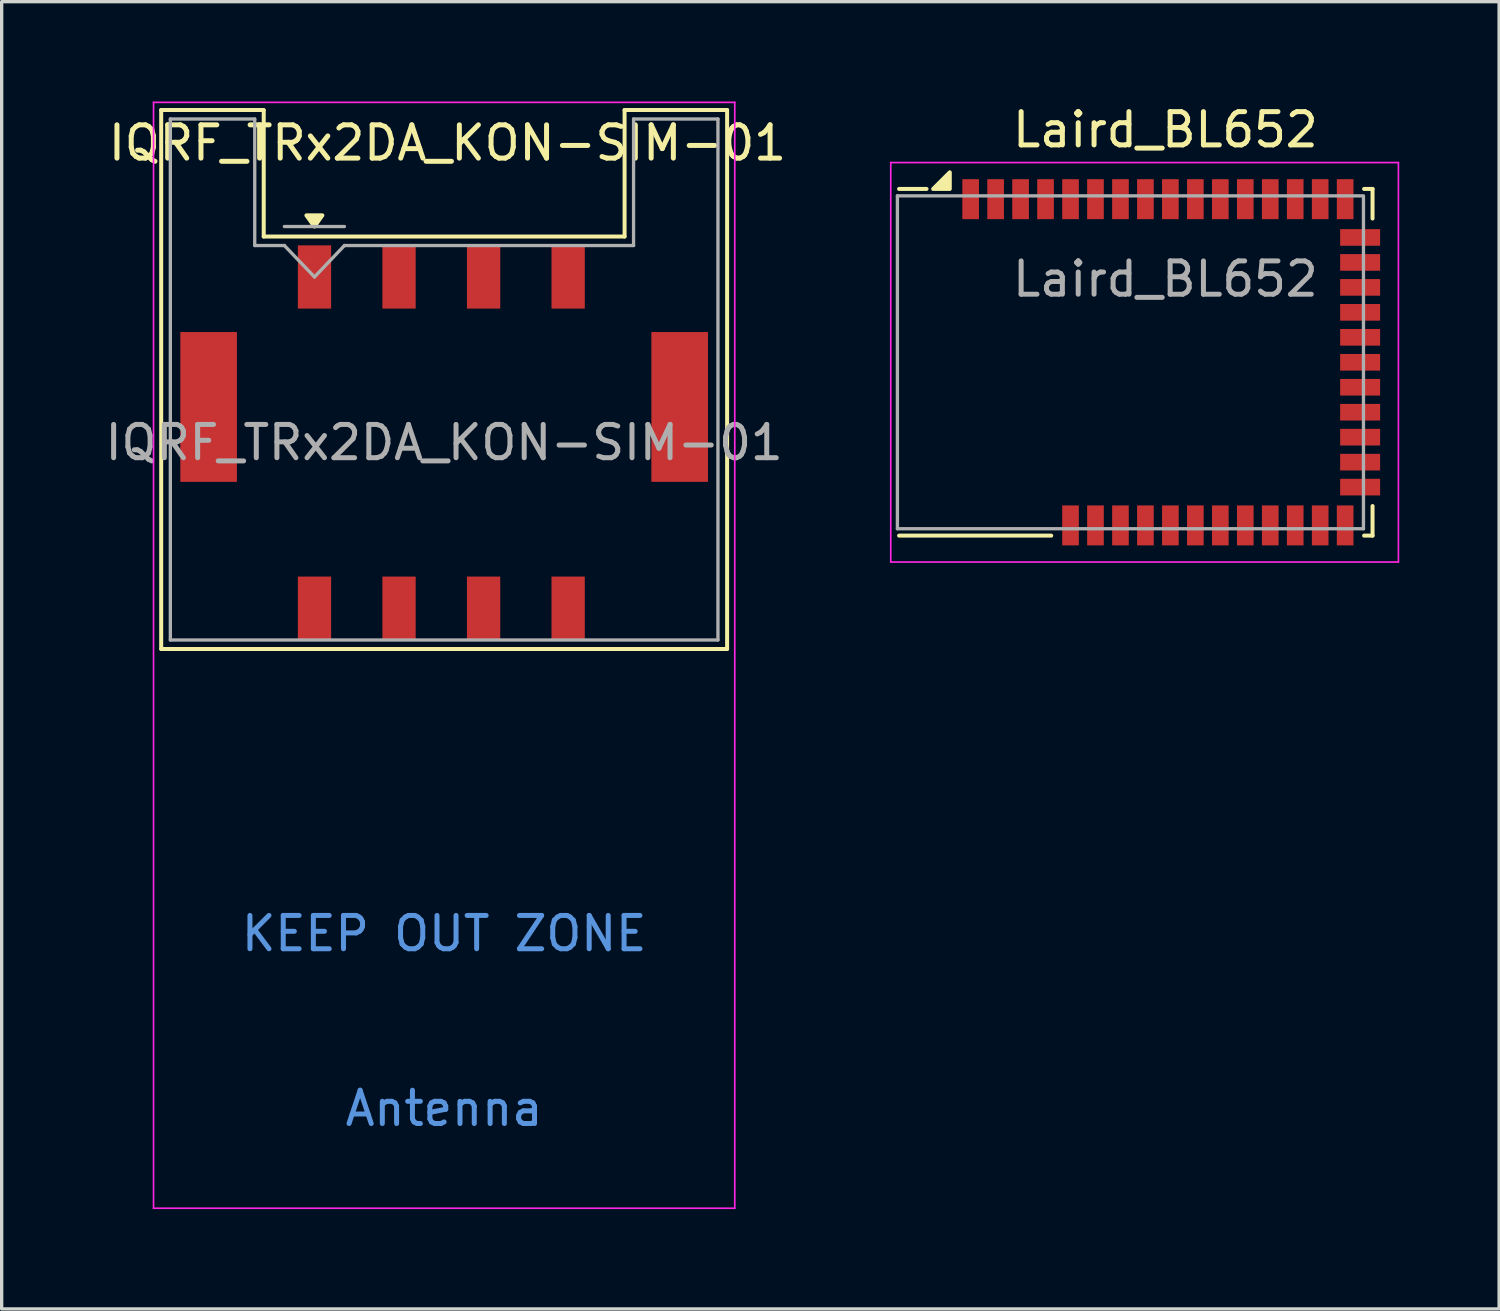
<source format=kicad_pcb>
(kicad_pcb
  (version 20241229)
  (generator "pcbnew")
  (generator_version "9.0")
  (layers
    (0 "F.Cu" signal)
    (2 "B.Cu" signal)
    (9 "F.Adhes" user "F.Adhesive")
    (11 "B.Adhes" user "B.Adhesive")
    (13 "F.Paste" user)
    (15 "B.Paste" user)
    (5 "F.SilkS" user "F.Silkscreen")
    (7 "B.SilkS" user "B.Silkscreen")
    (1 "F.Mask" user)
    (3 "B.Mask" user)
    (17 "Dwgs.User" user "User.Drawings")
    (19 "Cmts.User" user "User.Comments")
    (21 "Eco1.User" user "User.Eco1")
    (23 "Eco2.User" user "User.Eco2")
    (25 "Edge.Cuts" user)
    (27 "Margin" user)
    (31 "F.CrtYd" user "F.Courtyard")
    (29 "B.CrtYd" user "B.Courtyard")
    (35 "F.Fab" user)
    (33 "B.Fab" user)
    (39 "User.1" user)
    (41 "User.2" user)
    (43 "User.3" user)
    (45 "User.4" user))
  (footprint "Laird_BL652"
    (layer "F.Cu")
    (at 31.958 7.833)
    (property "Reference" "Laird_BL652" (at 0 -6.985 0) (layer "F.SilkS") (effects (font (size 1 1) (thickness 0.15))))
    (attr smd)
    (fp_line (start -8.001 -5.207) (end -7.175 -5.207) (stroke (width 0.12) (type solid)) (layer "F.SilkS"))
    (fp_line (start -3.429 5.207) (end -8.001 5.207) (stroke (width 0.12) (type solid)) (layer "F.SilkS"))
    (fp_line (start 5.969 -5.207) (end 6.223 -5.207) (stroke (width 0.12) (type solid)) (layer "F.SilkS"))
    (fp_line (start 6.223 -5.207) (end 6.223 -4.318) (stroke (width 0.12) (type solid)) (layer "F.SilkS"))
    (fp_line (start 6.223 5.207) (end 5.969 5.207) (stroke (width 0.12) (type solid)) (layer "F.SilkS"))
    (fp_line (start 6.223 5.207) (end 6.223 4.318) (stroke (width 0.12) (type solid)) (layer "F.SilkS"))
    (fp_poly (pts (xy -6.477 -5.207) (xy -6.977 -5.207) (xy -6.477 -5.707) (xy -6.477 -5.207)) (stroke (width 0.12) (type solid)) (fill yes) (layer "F.SilkS"))
    (fp_line (start -8.25 -6) (end 7 -6) (stroke (width 0.05) (type solid)) (layer "F.CrtYd"))
    (fp_line (start -8.25 6) (end -8.25 -6) (stroke (width 0.05) (type solid)) (layer "F.CrtYd"))
    (fp_line (start 7 -6) (end 7 6) (stroke (width 0.05) (type solid)) (layer "F.CrtYd"))
    (fp_line (start 7 6) (end -8.25 6) (stroke (width 0.05) (type solid)) (layer "F.CrtYd"))
    (fp_line (start -8.05 -5) (end -8.05 5) (stroke (width 0.1) (type solid)) (layer "F.Fab"))
    (fp_line (start -8.05 -5) (end 5.9 -5) (stroke (width 0.1) (type solid)) (layer "F.Fab"))
    (fp_line (start 5.95 -5) (end 5.95 5) (stroke (width 0.1) (type solid)) (layer "F.Fab"))
    (fp_line (start 5.95 5) (end -8.05 5) (stroke (width 0.1) (type solid)) (layer "F.Fab"))
    (fp_text user "${REFERENCE}" (at 0 -2.5 0) (layer "F.Fab") (effects (font (size 1 1) (thickness 0.15))))
    (pad "1" smd rect (at -5.85 -4.9 90) (size 1.2 0.5) (layers "F.Cu" "F.Mask" "F.Paste"))
    (pad "2" smd rect (at -5.1 -4.9 90) (size 1.2 0.5) (layers "F.Cu" "F.Mask" "F.Paste"))
    (pad "3" smd rect (at -4.35 -4.9 90) (size 1.2 0.5) (layers "F.Cu" "F.Mask" "F.Paste"))
    (pad "4" smd rect (at -3.6 -4.9 90) (size 1.2 0.5) (layers "F.Cu" "F.Mask" "F.Paste"))
    (pad "5" smd rect (at -2.85 -4.9 90) (size 1.2 0.5) (layers "F.Cu" "F.Mask" "F.Paste"))
    (pad "6" smd rect (at -2.1 -4.9 90) (size 1.2 0.5) (layers "F.Cu" "F.Mask" "F.Paste"))
    (pad "7" smd rect (at -1.35 -4.9 90) (size 1.2 0.5) (layers "F.Cu" "F.Mask" "F.Paste"))
    (pad "8" smd rect (at -0.6 -4.9 90) (size 1.2 0.5) (layers "F.Cu" "F.Mask" "F.Paste"))
    (pad "9" smd rect (at 0.15 -4.9 90) (size 1.2 0.5) (layers "F.Cu" "F.Mask" "F.Paste"))
    (pad "10" smd rect (at 0.9 -4.9 90) (size 1.2 0.5) (layers "F.Cu" "F.Mask" "F.Paste"))
    (pad "11" smd rect (at 1.65 -4.9 90) (size 1.2 0.5) (layers "F.Cu" "F.Mask" "F.Paste"))
    (pad "12" smd rect (at 2.4 -4.9 90) (size 1.2 0.5) (layers "F.Cu" "F.Mask" "F.Paste"))
    (pad "13" smd rect (at 3.15 -4.9 90) (size 1.2 0.5) (layers "F.Cu" "F.Mask" "F.Paste"))
    (pad "14" smd rect (at 3.9 -4.9 90) (size 1.2 0.5) (layers "F.Cu" "F.Mask" "F.Paste"))
    (pad "15" smd rect (at 4.65 -4.9 90) (size 1.2 0.5) (layers "F.Cu" "F.Mask" "F.Paste"))
    (pad "16" smd rect (at 5.4 -4.9 90) (size 1.2 0.5) (layers "F.Cu" "F.Mask" "F.Paste"))
    (pad "17" smd rect (at 5.85 -3.75) (size 1.2 0.5) (layers "F.Cu" "F.Mask" "F.Paste"))
    (pad "18" smd rect (at 5.85 -3) (size 1.2 0.5) (layers "F.Cu" "F.Mask" "F.Paste"))
    (pad "19" smd rect (at 5.85 -2.25) (size 1.2 0.5) (layers "F.Cu" "F.Mask" "F.Paste"))
    (pad "20" smd rect (at 5.85 -1.5) (size 1.2 0.5) (layers "F.Cu" "F.Mask" "F.Paste"))
    (pad "21" smd rect (at 5.85 -0.75) (size 1.2 0.5) (layers "F.Cu" "F.Mask" "F.Paste"))
    (pad "22" smd rect (at 5.85 0) (size 1.2 0.5) (layers "F.Cu" "F.Mask" "F.Paste"))
    (pad "23" smd rect (at 5.85 0.75) (size 1.2 0.5) (layers "F.Cu" "F.Mask" "F.Paste"))
    (pad "24" smd rect (at 5.85 1.5) (size 1.2 0.5) (layers "F.Cu" "F.Mask" "F.Paste"))
    (pad "25" smd rect (at 5.85 2.25) (size 1.2 0.5) (layers "F.Cu" "F.Mask" "F.Paste"))
    (pad "26" smd rect (at 5.85 3) (size 1.2 0.5) (layers "F.Cu" "F.Mask" "F.Paste"))
    (pad "27" smd rect (at 5.85 3.75) (size 1.2 0.5) (layers "F.Cu" "F.Mask" "F.Paste"))
    (pad "28" smd rect (at 5.4 4.9 90) (size 1.2 0.5) (layers "F.Cu" "F.Mask" "F.Paste"))
    (pad "29" smd rect (at 4.65 4.9 90) (size 1.2 0.5) (layers "F.Cu" "F.Mask" "F.Paste"))
    (pad "30" smd rect (at 3.9 4.9 90) (size 1.2 0.5) (layers "F.Cu" "F.Mask" "F.Paste"))
    (pad "31" smd rect (at 3.15 4.9 90) (size 1.2 0.5) (layers "F.Cu" "F.Mask" "F.Paste"))
    (pad "32" smd rect (at 2.4 4.9 90) (size 1.2 0.5) (layers "F.Cu" "F.Mask" "F.Paste"))
    (pad "33" smd rect (at 1.65 4.9 90) (size 1.2 0.5) (layers "F.Cu" "F.Mask" "F.Paste"))
    (pad "34" smd rect (at 0.9 4.9 90) (size 1.2 0.5) (layers "F.Cu" "F.Mask" "F.Paste"))
    (pad "35" smd rect (at 0.15 4.9 90) (size 1.2 0.5) (layers "F.Cu" "F.Mask" "F.Paste"))
    (pad "36" smd rect (at -0.6 4.9 90) (size 1.2 0.5) (layers "F.Cu" "F.Mask" "F.Paste"))
    (pad "37" smd rect (at -1.35 4.9 90) (size 1.2 0.5) (layers "F.Cu" "F.Mask" "F.Paste"))
    (pad "38" smd rect (at -2.1 4.9 90) (size 1.2 0.5) (layers "F.Cu" "F.Mask" "F.Paste"))
    (pad "39" smd rect (at -2.85 4.9 90) (size 1.2 0.5) (layers "F.Cu" "F.Mask" "F.Paste")))
  (footprint "IQRF_TRx2DA_KON-SIM-01"
    (layer "F.Cu")
    (at 10.292 10.245)
    (property "Reference" "IQRF_TRx2DA_KON-SIM-01" (at 0.1 -9 0) (layer "F.SilkS") (effects (font (size 1 1) (thickness 0.15))))
    (attr smd)
    (fp_line (start -8.5 -9.99) (end -5.42 -9.99) (stroke (width 0.12) (type solid)) (layer "F.SilkS"))
    (fp_line (start -8.5 6.2) (end -8.5 -9.99) (stroke (width 0.12) (type solid)) (layer "F.SilkS"))
    (fp_line (start -8.5 6.2) (end 8.5 6.2) (stroke (width 0.12) (type solid)) (layer "F.SilkS"))
    (fp_line (start -5.42 -9.98) (end -5.42 -6.19) (stroke (width 0.12) (type solid)) (layer "F.SilkS"))
    (fp_line (start -5.42 -6.19) (end 5.42 -6.19) (stroke (width 0.12) (type solid)) (layer "F.SilkS"))
    (fp_line (start 5.42 -9.99) (end 8.5 -9.99) (stroke (width 0.12) (type solid)) (layer "F.SilkS"))
    (fp_line (start 5.42 -6.19) (end 5.42 -9.99) (stroke (width 0.12) (type solid)) (layer "F.SilkS"))
    (fp_line (start 8.5 6.2) (end 8.5 -9.99) (stroke (width 0.12) (type solid)) (layer "F.SilkS"))
    (fp_poly (pts (xy -3.897 -6.49) (xy -4.138 -6.826) (xy -3.658 -6.826) (xy -3.897 -6.49)) (stroke (width 0.12) (type solid)) (fill yes) (layer "F.SilkS"))
    (fp_line (start -8.73 -10.22) (end 8.73 -10.22) (stroke (width 0.05) (type solid)) (layer "F.CrtYd"))
    (fp_line (start -8.73 23) (end -8.73 -10.22) (stroke (width 0.05) (type solid)) (layer "F.CrtYd"))
    (fp_line (start -8.73 23) (end 8.73 23) (stroke (width 0.05) (type solid)) (layer "F.CrtYd"))
    (fp_line (start 8.73 23) (end 8.73 -10.22) (stroke (width 0.05) (type solid)) (layer "F.CrtYd"))
    (fp_line (start -8.225 -9.72) (end -8.225 5.93) (stroke (width 0.1) (type solid)) (layer "F.Fab"))
    (fp_line (start -8.225 -9.72) (end -5.69 -9.72) (stroke (width 0.1) (type solid)) (layer "F.Fab"))
    (fp_line (start -8.225 5.93) (end 8.225 5.93) (stroke (width 0.1) (type solid)) (layer "F.Fab"))
    (fp_line (start -5.69 -9.72) (end -5.69 -5.92) (stroke (width 0.1) (type solid)) (layer "F.Fab"))
    (fp_line (start -5.69 -5.92) (end -4.795 -5.92) (stroke (width 0.1) (type solid)) (layer "F.Fab"))
    (fp_line (start -4.8 -6.49) (end -2.995 -6.49) (stroke (width 0.1) (type solid)) (layer "F.Fab"))
    (fp_line (start -4.8 -5.92) (end -3.895 -4.975) (stroke (width 0.1) (type solid)) (layer "F.Fab"))
    (fp_line (start -3.895 -4.975) (end -2.995 -5.92) (stroke (width 0.1) (type solid)) (layer "F.Fab"))
    (fp_line (start -2.995 -5.92) (end 5.69 -5.92) (stroke (width 0.1) (type solid)) (layer "F.Fab"))
    (fp_line (start 5.69 -9.72) (end 5.69 -5.92) (stroke (width 0.1) (type solid)) (layer "F.Fab"))
    (fp_line (start 5.69 -9.72) (end 8.225 -9.72) (stroke (width 0.1) (type solid)) (layer "F.Fab"))
    (fp_line (start 8.225 5.93) (end 8.225 -9.72) (stroke (width 0.1) (type solid)) (layer "F.Fab"))
    (fp_text user "Antenna" (at 0 20 0) (layer "Cmts.User") (effects (font (size 1 1) (thickness 0.15))))
    (fp_text user "KEEP OUT ZONE" (at 0 14.75 0) (layer "Cmts.User") (effects (font (size 1 1) (thickness 0.15))))
    (fp_text user "${REFERENCE}" (at 0 0 0) (layer "F.Fab") (effects (font (size 1 1) (thickness 0.15))))
    (pad "" smd rect (at -7.075 -1.07) (size 1.7 4.5) (layers "F.Cu" "F.Mask" "F.Paste"))
    (pad "" smd rect (at 7.075 -1.07) (size 1.7 4.5) (layers "F.Cu" "F.Mask" "F.Paste"))
    (pad "C1" smd rect (at -3.895 -4.975) (size 1 1.9) (layers "F.Cu" "F.Mask" "F.Paste"))
    (pad "C2" smd rect (at -1.355 -4.975) (size 1 1.9) (layers "F.Cu" "F.Mask" "F.Paste"))
    (pad "C3" smd rect (at 1.185 -4.975) (size 1 1.9) (layers "F.Cu" "F.Mask" "F.Paste"))
    (pad "C4" smd rect (at 3.725 -4.975) (size 1 1.9) (layers "F.Cu" "F.Mask" "F.Paste"))
    (pad "C5" smd rect (at -3.895 4.975) (size 1 1.9) (layers "F.Cu" "F.Mask" "F.Paste"))
    (pad "C6" smd rect (at -1.355 4.975) (size 1 1.9) (layers "F.Cu" "F.Mask" "F.Paste"))
    (pad "C7" smd rect (at 1.185 4.975) (size 1 1.9) (layers "F.Cu" "F.Mask" "F.Paste"))
    (pad "C8" smd rect (at 3.725 4.975) (size 1 1.9) (layers "F.Cu" "F.Mask" "F.Paste"))
    (zone (net_name "") (layer "F.Cu") (hatch full 0.508) (connect_pads) (min_thickness 0.254) (filled_areas_thickness no) (keepout (tracks not_allowed) (vias not_allowed) (pads not_allowed) (copperpour not_allowed) (footprints not_allowed)) (placement (enabled no)) (fill) (polygon (pts (xy 1.792 21.995) (xy 18.792 21.995) (xy 18.792 32.995) (xy 1.792 32.995)))))
  (gr_rect
    (start -3 -3)
    (end 41.983 36.27)
    (stroke (width 0.1) (type default))
    (fill no)
    (layer "Edge.Cuts")))
</source>
